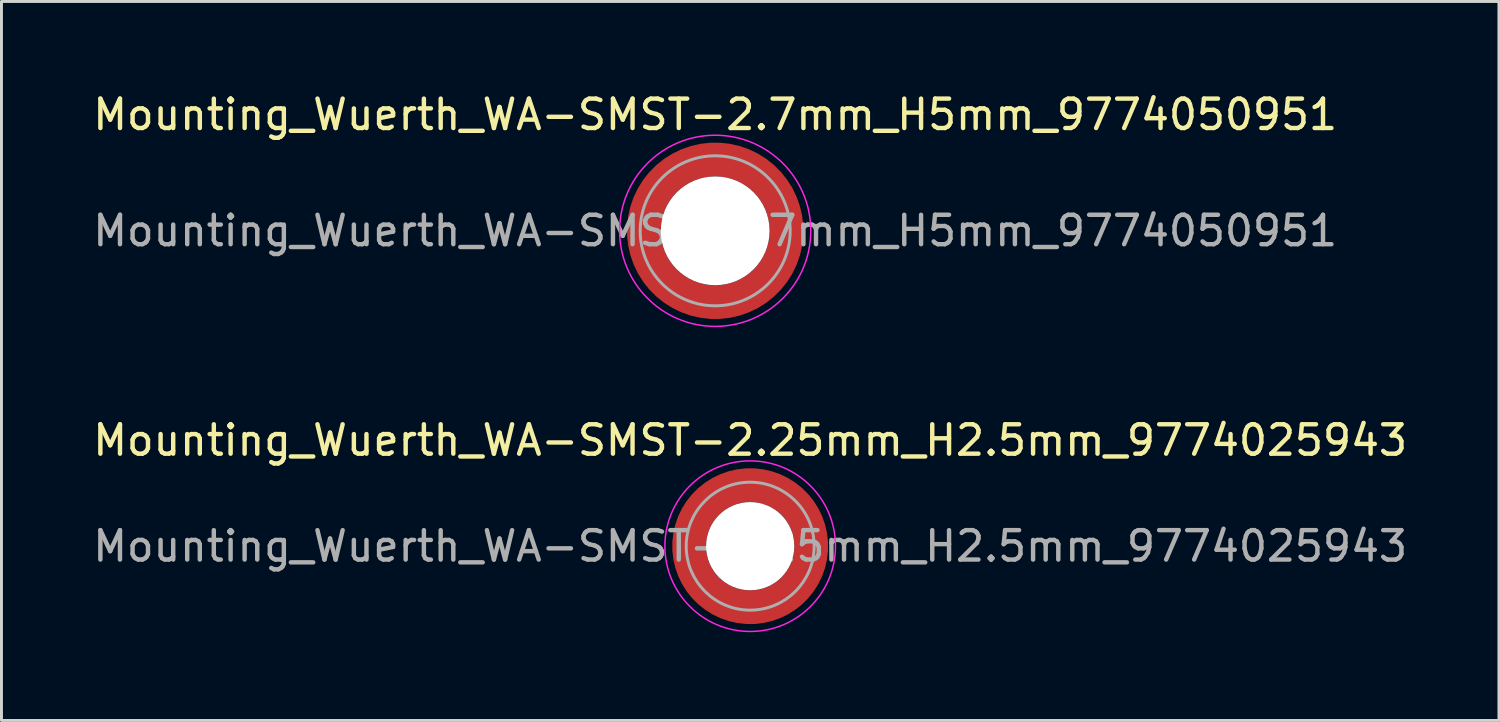
<source format=kicad_pcb>
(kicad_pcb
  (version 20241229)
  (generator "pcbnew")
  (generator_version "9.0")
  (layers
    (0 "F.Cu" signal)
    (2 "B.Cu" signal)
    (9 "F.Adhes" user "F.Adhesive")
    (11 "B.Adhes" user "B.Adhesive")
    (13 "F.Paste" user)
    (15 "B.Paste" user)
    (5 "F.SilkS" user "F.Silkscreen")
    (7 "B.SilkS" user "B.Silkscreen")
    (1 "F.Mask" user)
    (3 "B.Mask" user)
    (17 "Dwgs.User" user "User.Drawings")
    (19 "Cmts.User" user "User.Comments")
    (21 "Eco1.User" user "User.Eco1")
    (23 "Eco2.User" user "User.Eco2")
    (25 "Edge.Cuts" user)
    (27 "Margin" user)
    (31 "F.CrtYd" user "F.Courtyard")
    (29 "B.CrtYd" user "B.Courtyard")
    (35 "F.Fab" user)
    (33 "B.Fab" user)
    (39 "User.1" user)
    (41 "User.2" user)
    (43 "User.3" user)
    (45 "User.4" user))
  (footprint "Mounting_Wuerth_WA-SMST-2.7mm_H5mm_9774050951"
    (layer "F.Cu")
    (at 21.268 4.798)
    (property "Reference" "Mounting_Wuerth_WA-SMST-2.7mm_H5mm_9774050951" (at 0 -3.95 0) (layer "F.SilkS") (effects (font (size 1 1) (thickness 0.15))))
    (property "Mouser Part no." "" (at 0 0 0) (layer "F.Fab") (effects (font (size 1.27 1.27) (thickness 0.15))))
    (property "Mouser link" "" (at 0 0 0) (layer "F.Fab") (effects (font (size 1.27 1.27) (thickness 0.15))))
    (attr smd)
    (fp_circle (center 0 0) (end 3.25 0) (stroke (width 0.05) (type solid)) (fill no) (layer "F.CrtYd"))
    (fp_circle (center 0 0) (end 2.55 0) (stroke (width 0.1) (type solid)) (fill no) (layer "F.Fab"))
    (fp_text user "${REFERENCE}" (at 0 0 0) (layer "F.Fab") (effects (font (size 1 1) (thickness 0.15))))
    (pad "" smd custom (at -1.704 -1.704) (size 0.62 0.62) (layers "F.Paste") (options (anchor circle)) (primitives (gr_arc (start -0.250195 1.279127) (mid 0.289146 0.290681) (end 1.277006 -0.249732) (width 0.2)) (gr_arc (start -0.34334 1.279127) (mid 0.224883 0.226093) (end 1.277452 -0.342992) (width 0.2)) (gr_arc (start -0.436309 1.279127) (mid 0.160537 0.16159) (end 1.277666 -0.436018) (width 0.2)) (gr_arc (start -0.529126 1.279127) (mid 0.095932 0.097343) (end 1.277167 -0.528752) (width 0.2)) (gr_arc (start -0.621807 1.279127) (mid 0.0309 0.033527) (end 1.275473 -0.621136) (width 0.2)) (gr_arc (start -0.71437 1.279127) (mid -0.03322 -0.031206) (end 1.276322 -0.713875) (width 0.2)) (gr_arc (start -0.806826 1.279127) (mid -0.097997 -0.095278) (end 1.275336 -0.806181) (width 0.2)) (gr_arc (start -0.899187 1.279127) (mid -0.161977 -0.160149) (end 1.276577 -0.898769) (width 0.2)) (gr_arc (start -0.991463 1.279127) (mid -0.226842 -0.224133) (end 1.275343 -0.990864) (width 0.2)) (gr_arc (start -1.083663 1.279127) (mid -0.291026 -0.288801) (end 1.276016 -1.083187) (width 0.2)) (gr_line (start 1.279 -0.25) (end 1.279 -1.084) (width 0.2)) (gr_line (start -0.25 1.279) (end -1.084 1.279) (width 0.2))))
    (pad "" smd custom (at -1.704 1.704) (size 0.62 0.62) (layers "F.Paste") (options (anchor circle)) (primitives (gr_arc (start 1.279127 0.250195) (mid 0.290681 -0.289146) (end -0.249732 -1.277006) (width 0.2)) (gr_arc (start 1.279127 0.34334) (mid 0.226093 -0.224883) (end -0.342992 -1.277452) (width 0.2)) (gr_arc (start 1.279127 0.436309) (mid 0.16159 -0.160537) (end -0.436018 -1.277666) (width 0.2)) (gr_arc (start 1.279127 0.529126) (mid 0.097343 -0.095932) (end -0.528752 -1.277167) (width 0.2)) (gr_arc (start 1.279127 0.621807) (mid 0.033527 -0.0309) (end -0.621136 -1.275473) (width 0.2)) (gr_arc (start 1.279127 0.71437) (mid -0.031206 0.03322) (end -0.713875 -1.276322) (width 0.2)) (gr_arc (start 1.279127 0.806826) (mid -0.095278 0.097997) (end -0.806181 -1.275336) (width 0.2)) (gr_arc (start 1.279127 0.899187) (mid -0.160149 0.161977) (end -0.898769 -1.276577) (width 0.2)) (gr_arc (start 1.279127 0.991463) (mid -0.224133 0.226842) (end -0.990864 -1.275343) (width 0.2)) (gr_arc (start 1.279127 1.083663) (mid -0.288801 0.291026) (end -1.083187 -1.276016) (width 0.2)) (gr_line (start -0.25 -1.279) (end -1.084 -1.279) (width 0.2)) (gr_line (start 1.279 0.25) (end 1.279 1.084) (width 0.2))))
    (pad "" np_thru_hole circle (at 0 0) (size 3.7 3.7) (drill 3.7) (layers "*.Cu" "*.Mask"))
    (pad "" smd custom (at 1.704 -1.704) (size 0.62 0.62) (layers "F.Paste") (options (anchor circle)) (primitives (gr_arc (start -1.279127 -0.250195) (mid -0.290681 0.289146) (end 0.249732 1.277006) (width 0.2)) (gr_arc (start -1.279127 -0.34334) (mid -0.226093 0.224883) (end 0.342992 1.277452) (width 0.2)) (gr_arc (start -1.279127 -0.436309) (mid -0.16159 0.160537) (end 0.436018 1.277666) (width 0.2)) (gr_arc (start -1.279127 -0.529126) (mid -0.097343 0.095932) (end 0.528752 1.277167) (width 0.2)) (gr_arc (start -1.279127 -0.621807) (mid -0.033527 0.0309) (end 0.621136 1.275473) (width 0.2)) (gr_arc (start -1.279127 -0.71437) (mid 0.031206 -0.03322) (end 0.713875 1.276322) (width 0.2)) (gr_arc (start -1.279127 -0.806826) (mid 0.095278 -0.097997) (end 0.806181 1.275336) (width 0.2)) (gr_arc (start -1.279127 -0.899187) (mid 0.160149 -0.161977) (end 0.898769 1.276577) (width 0.2)) (gr_arc (start -1.279127 -0.991463) (mid 0.224133 -0.226842) (end 0.990864 1.275343) (width 0.2)) (gr_arc (start -1.279127 -1.083663) (mid 0.288801 -0.291026) (end 1.083187 1.276016) (width 0.2)) (gr_line (start 0.25 1.279) (end 1.084 1.279) (width 0.2)) (gr_line (start -1.279 -0.25) (end -1.279 -1.084) (width 0.2))))
    (pad "" smd custom (at 1.704 1.704) (size 0.62 0.62) (layers "F.Paste") (options (anchor circle)) (primitives (gr_arc (start 0.250195 -1.279127) (mid -0.289146 -0.290681) (end -1.277006 0.249732) (width 0.2)) (gr_arc (start 0.34334 -1.279127) (mid -0.224883 -0.226093) (end -1.277452 0.342992) (width 0.2)) (gr_arc (start 0.436309 -1.279127) (mid -0.160537 -0.16159) (end -1.277666 0.436018) (width 0.2)) (gr_arc (start 0.529126 -1.279127) (mid -0.095932 -0.097343) (end -1.277167 0.528752) (width 0.2)) (gr_arc (start 0.621807 -1.279127) (mid -0.0309 -0.033527) (end -1.275473 0.621136) (width 0.2)) (gr_arc (start 0.71437 -1.279127) (mid 0.03322 0.031206) (end -1.276322 0.713875) (width 0.2)) (gr_arc (start 0.806826 -1.279127) (mid 0.097997 0.095278) (end -1.275336 0.806181) (width 0.2)) (gr_arc (start 0.899187 -1.279127) (mid 0.161977 0.160149) (end -1.276577 0.898769) (width 0.2)) (gr_arc (start 0.991463 -1.279127) (mid 0.226842 0.224133) (end -1.275343 0.990864) (width 0.2)) (gr_arc (start 1.083663 -1.279127) (mid 0.291026 0.288801) (end -1.276016 1.083187) (width 0.2)) (gr_line (start -1.279 0.25) (end -1.279 1.084) (width 0.2)) (gr_line (start 0.25 -1.279) (end 1.084 -1.279) (width 0.2))))
    (pad "1" smd circle (at -2.425 0) (size 0.75 0.75) (layers "F.Cu"))
    (pad "1" smd circle (at 0 -2.425) (size 0.75 0.75) (layers "F.Cu"))
    (pad "1" smd circle (at 0 2.425) (size 0.75 0.75) (layers "F.Cu"))
    (pad "1" smd custom (at 2.425 0) (size 0.75 0.75) (layers "F.Cu" "F.Mask") (options (anchor circle)) (primitives (gr_circle (center -2.425 0) (end 0 0) (width 1.15) (fill no)))))
  (footprint "Mounting_Wuerth_WA-SMST-2.25mm_H2.5mm_9774025943"
    (layer "F.Cu")
    (at 22.458 15.521)
    (property "Reference" "Mounting_Wuerth_WA-SMST-2.25mm_H2.5mm_9774025943" (at 0 -3.6 0) (layer "F.SilkS") (effects (font (size 1 1) (thickness 0.15))))
    (property "Mouser Part no." "" (at 0 0 0) (layer "F.Fab") (effects (font (size 1.27 1.27) (thickness 0.15))))
    (property "Mouser link" "" (at 0 0 0) (layer "F.Fab") (effects (font (size 1.27 1.27) (thickness 0.15))))
    (attr smd)
    (fp_circle (center 0 0) (end 2.9 0) (stroke (width 0.05) (type solid)) (fill no) (layer "F.CrtYd"))
    (fp_circle (center 0 0) (end 2.175 0) (stroke (width 0.1) (type solid)) (fill no) (layer "F.Fab"))
    (fp_text user "${REFERENCE}" (at 0 0 0) (layer "F.Fab") (effects (font (size 1 1) (thickness 0.15))))
    (pad "" smd custom (at -1.453 -1.453) (size 0.61 0.61) (layers "F.Paste") (options (anchor circle)) (primitives (gr_arc (start -0.147677 1.053104) (mid 0.285964 0.286792) (end 1.051968 -0.147393) (width 0.2)) (gr_arc (start -0.240295 1.053104) (mid 0.22253 0.222946) (end 1.052531 -0.24016) (width 0.2)) (gr_arc (start -0.332645 1.053104) (mid 0.158548 0.15965) (end 1.051583 -0.332304) (width 0.2)) (gr_arc (start -0.424767 1.053104) (mid 0.09486 0.096059) (end 1.051446 -0.424413) (width 0.2)) (gr_arc (start -0.516693 1.053104) (mid 0.031293 0.032346) (end 1.051645 -0.516396) (width 0.2)) (gr_arc (start -0.608448 1.053104) (mid -0.032323 -0.031316) (end 1.051707 -0.608176) (width 0.2)) (gr_arc (start -0.700056 1.053104) (mid -0.09616 -0.094758) (end 1.051155 -0.699693) (width 0.2)) (gr_arc (start -0.791534 1.053104) (mid -0.160388 -0.15781) (end 1.049515 -0.790891) (width 0.2)) (gr_arc (start -0.882896 1.053104) (mid -0.223713 -0.221764) (end 1.050388 -0.882429) (width 0.2)) (gr_arc (start -0.974157 1.053104) (mid -0.287654 -0.285101) (end 1.049541 -0.973567) (width 0.2)) (gr_line (start 1.053 -0.148) (end 1.053 -0.974) (width 0.2)) (gr_line (start -0.148 1.053) (end -0.974 1.053) (width 0.2))))
    (pad "" smd custom (at -1.453 1.453) (size 0.61 0.61) (layers "F.Paste") (options (anchor circle)) (primitives (gr_arc (start 1.053104 0.147677) (mid 0.286792 -0.285964) (end -0.147393 -1.051968) (width 0.2)) (gr_arc (start 1.053104 0.240295) (mid 0.222946 -0.22253) (end -0.24016 -1.052531) (width 0.2)) (gr_arc (start 1.053104 0.332645) (mid 0.15965 -0.158548) (end -0.332304 -1.051583) (width 0.2)) (gr_arc (start 1.053104 0.424767) (mid 0.096059 -0.09486) (end -0.424413 -1.051446) (width 0.2)) (gr_arc (start 1.053104 0.516693) (mid 0.032346 -0.031293) (end -0.516396 -1.051645) (width 0.2)) (gr_arc (start 1.053104 0.608448) (mid -0.031316 0.032323) (end -0.608176 -1.051707) (width 0.2)) (gr_arc (start 1.053104 0.700056) (mid -0.094758 0.09616) (end -0.699693 -1.051155) (width 0.2)) (gr_arc (start 1.053104 0.791534) (mid -0.15781 0.160388) (end -0.790891 -1.049515) (width 0.2)) (gr_arc (start 1.053104 0.882896) (mid -0.221764 0.223713) (end -0.882429 -1.050388) (width 0.2)) (gr_arc (start 1.053104 0.974157) (mid -0.285101 0.287654) (end -0.973567 -1.049541) (width 0.2)) (gr_line (start -0.148 -1.053) (end -0.974 -1.053) (width 0.2)) (gr_line (start 1.053 0.148) (end 1.053 0.974) (width 0.2))))
    (pad "" np_thru_hole circle (at 0 0) (size 3 3) (drill 3) (layers "*.Cu" "*.Mask"))
    (pad "" smd custom (at 1.453 -1.453) (size 0.61 0.61) (layers "F.Paste") (options (anchor circle)) (primitives (gr_arc (start -1.053104 -0.147677) (mid -0.286792 0.285964) (end 0.147393 1.051968) (width 0.2)) (gr_arc (start -1.053104 -0.240295) (mid -0.222946 0.22253) (end 0.24016 1.052531) (width 0.2)) (gr_arc (start -1.053104 -0.332645) (mid -0.15965 0.158548) (end 0.332304 1.051583) (width 0.2)) (gr_arc (start -1.053104 -0.424767) (mid -0.096059 0.09486) (end 0.424413 1.051446) (width 0.2)) (gr_arc (start -1.053104 -0.516693) (mid -0.032346 0.031293) (end 0.516396 1.051645) (width 0.2)) (gr_arc (start -1.053104 -0.608448) (mid 0.031316 -0.032323) (end 0.608176 1.051707) (width 0.2)) (gr_arc (start -1.053104 -0.700056) (mid 0.094758 -0.09616) (end 0.699693 1.051155) (width 0.2)) (gr_arc (start -1.053104 -0.791534) (mid 0.15781 -0.160388) (end 0.790891 1.049515) (width 0.2)) (gr_arc (start -1.053104 -0.882896) (mid 0.221764 -0.223713) (end 0.882429 1.050388) (width 0.2)) (gr_arc (start -1.053104 -0.974157) (mid 0.285101 -0.287654) (end 0.973567 1.049541) (width 0.2)) (gr_line (start 0.148 1.053) (end 0.974 1.053) (width 0.2)) (gr_line (start -1.053 -0.148) (end -1.053 -0.974) (width 0.2))))
    (pad "" smd custom (at 1.453 1.453) (size 0.61 0.61) (layers "F.Paste") (options (anchor circle)) (primitives (gr_arc (start 0.147677 -1.053104) (mid -0.285964 -0.286792) (end -1.051968 0.147393) (width 0.2)) (gr_arc (start 0.240295 -1.053104) (mid -0.22253 -0.222946) (end -1.052531 0.24016) (width 0.2)) (gr_arc (start 0.332645 -1.053104) (mid -0.158548 -0.15965) (end -1.051583 0.332304) (width 0.2)) (gr_arc (start 0.424767 -1.053104) (mid -0.09486 -0.096059) (end -1.051446 0.424413) (width 0.2)) (gr_arc (start 0.516693 -1.053104) (mid -0.031293 -0.032346) (end -1.051645 0.516396) (width 0.2)) (gr_arc (start 0.608448 -1.053104) (mid 0.032323 0.031316) (end -1.051707 0.608176) (width 0.2)) (gr_arc (start 0.700056 -1.053104) (mid 0.09616 0.094758) (end -1.051155 0.699693) (width 0.2)) (gr_arc (start 0.791534 -1.053104) (mid 0.160388 0.15781) (end -1.049515 0.790891) (width 0.2)) (gr_arc (start 0.882896 -1.053104) (mid 0.223713 0.221764) (end -1.050388 0.882429) (width 0.2)) (gr_arc (start 0.974157 -1.053104) (mid 0.287654 0.285101) (end -1.049541 0.973567) (width 0.2)) (gr_line (start -1.053 0.148) (end -1.053 0.974) (width 0.2)) (gr_line (start 0.148 -1.053) (end 0.974 -1.053) (width 0.2))))
    (pad "1" smd circle (at -2.075 0) (size 0.75 0.75) (layers "F.Cu"))
    (pad "1" smd circle (at 0 -2.075) (size 0.75 0.75) (layers "F.Cu"))
    (pad "1" smd circle (at 0 2.075) (size 0.75 0.75) (layers "F.Cu"))
    (pad "1" smd custom (at 2.075 0) (size 0.75 0.75) (layers "F.Cu" "F.Mask") (options (anchor circle)) (primitives (gr_circle (center -2.075 0) (end 0 0) (width 1.15) (fill no)))))
  (gr_rect
    (start -3 -3)
    (end 47.917 21.447)
    (stroke (width 0.1) (type default))
    (fill no)
    (layer "Edge.Cuts")))
</source>
